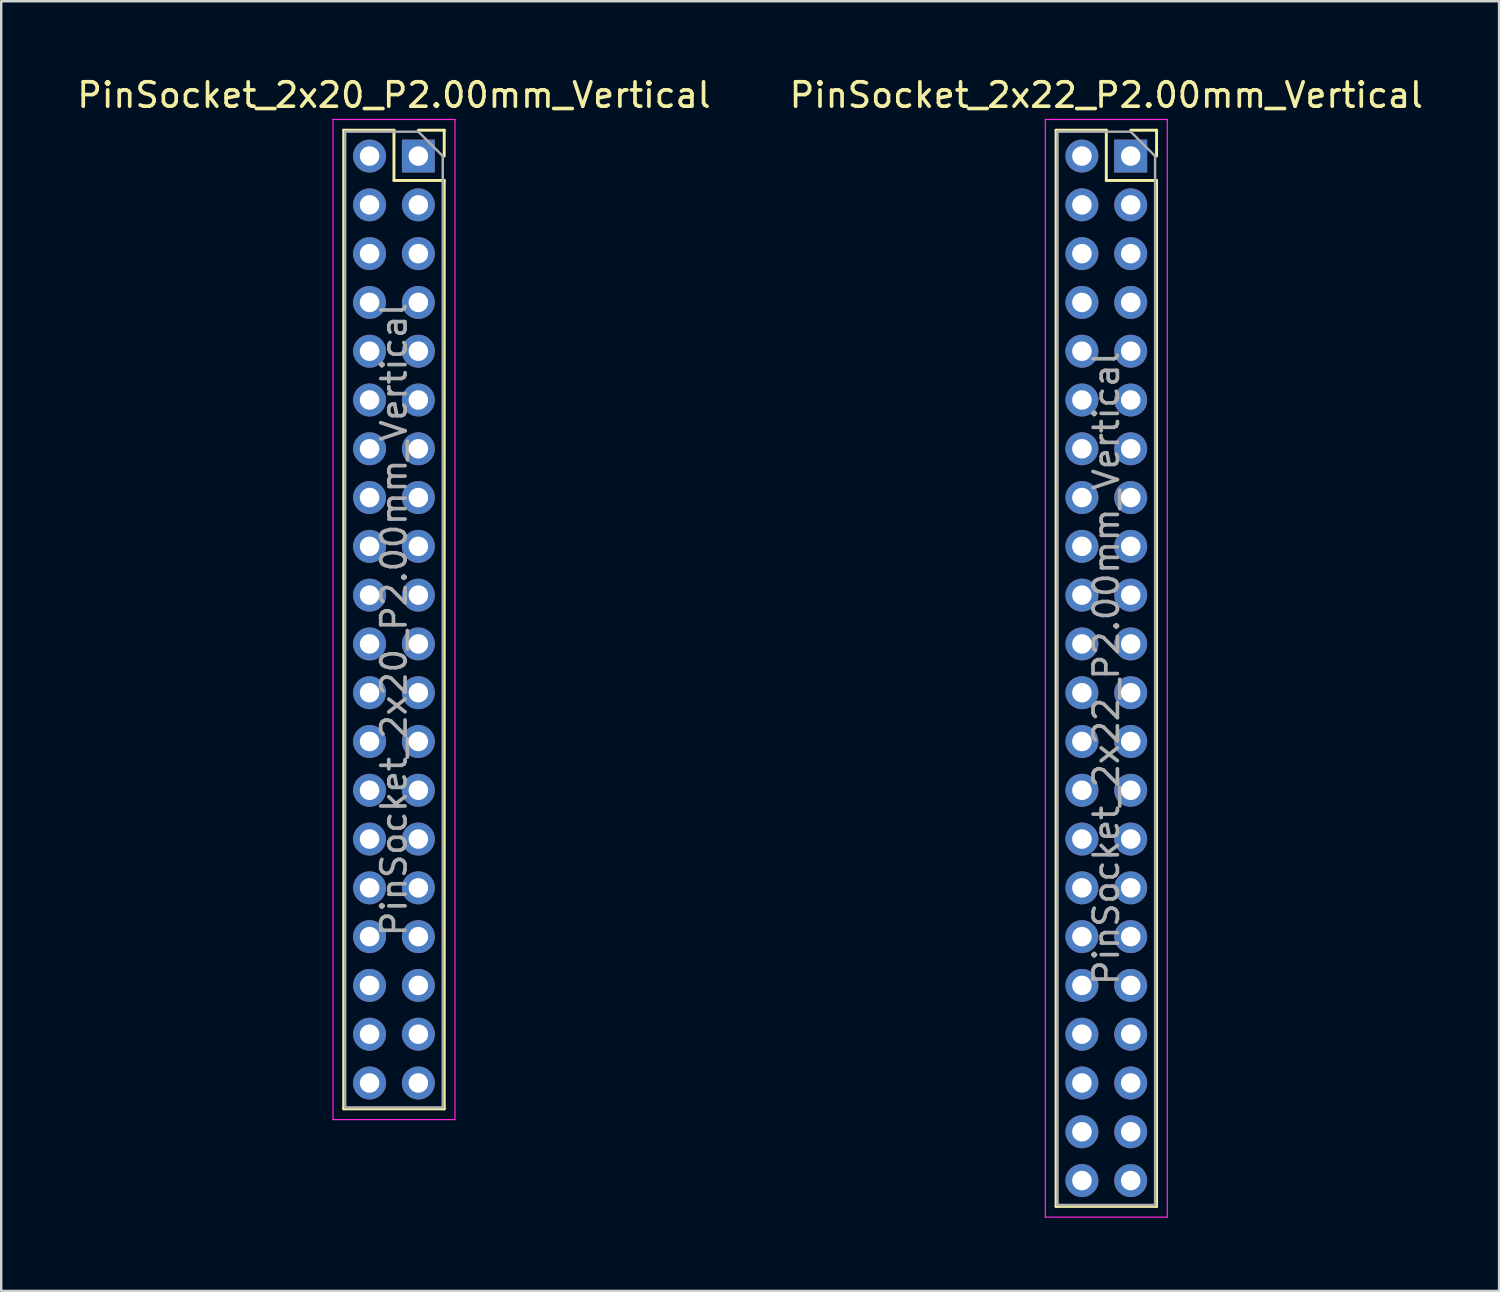
<source format=kicad_pcb>
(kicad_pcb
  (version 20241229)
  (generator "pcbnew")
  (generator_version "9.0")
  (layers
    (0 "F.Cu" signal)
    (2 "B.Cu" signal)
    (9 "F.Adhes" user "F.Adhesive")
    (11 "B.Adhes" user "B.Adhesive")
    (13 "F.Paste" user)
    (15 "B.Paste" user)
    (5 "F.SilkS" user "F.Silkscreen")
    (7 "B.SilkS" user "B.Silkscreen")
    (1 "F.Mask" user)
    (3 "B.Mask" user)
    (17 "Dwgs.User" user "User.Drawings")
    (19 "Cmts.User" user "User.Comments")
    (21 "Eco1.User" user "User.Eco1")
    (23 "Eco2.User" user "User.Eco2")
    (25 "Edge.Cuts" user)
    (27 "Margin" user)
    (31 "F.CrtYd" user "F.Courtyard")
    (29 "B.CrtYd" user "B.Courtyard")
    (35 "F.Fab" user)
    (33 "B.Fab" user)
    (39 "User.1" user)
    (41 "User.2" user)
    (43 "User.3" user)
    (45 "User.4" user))
  (footprint "PinSocket_2x22_P2.00mm_Vertical"
    (layer "F.Cu")
    (at 43.304 3.348)
    (property "Reference" "PinSocket_2x22_P2.00mm_Vertical" (at -1 -2.5 0) (layer "F.SilkS") (effects (font (size 1 1) (thickness 0.15))))
    (attr through_hole)
    (fp_line (start -3.06 -1.06) (end -3.06 43.06) (stroke (width 0.12) (type solid)) (layer "F.SilkS"))
    (fp_line (start -3.06 -1.06) (end -1 -1.06) (stroke (width 0.12) (type solid)) (layer "F.SilkS"))
    (fp_line (start -3.06 43.06) (end 1.06 43.06) (stroke (width 0.12) (type solid)) (layer "F.SilkS"))
    (fp_line (start -1 -1.06) (end -1 1) (stroke (width 0.12) (type solid)) (layer "F.SilkS"))
    (fp_line (start -1 1) (end 1.06 1) (stroke (width 0.12) (type solid)) (layer "F.SilkS"))
    (fp_line (start 0 -1.06) (end 1.06 -1.06) (stroke (width 0.12) (type solid)) (layer "F.SilkS"))
    (fp_line (start 1.06 -1.06) (end 1.06 0) (stroke (width 0.12) (type solid)) (layer "F.SilkS"))
    (fp_line (start 1.06 1) (end 1.06 43.06) (stroke (width 0.12) (type solid)) (layer "F.SilkS"))
    (fp_line (start -3.5 -1.5) (end 1.5 -1.5) (stroke (width 0.05) (type solid)) (layer "F.CrtYd"))
    (fp_line (start -3.5 43.5) (end -3.5 -1.5) (stroke (width 0.05) (type solid)) (layer "F.CrtYd"))
    (fp_line (start 1.5 -1.5) (end 1.5 43.5) (stroke (width 0.05) (type solid)) (layer "F.CrtYd"))
    (fp_line (start 1.5 43.5) (end -3.5 43.5) (stroke (width 0.05) (type solid)) (layer "F.CrtYd"))
    (fp_line (start -3 -1) (end 0 -1) (stroke (width 0.1) (type solid)) (layer "F.Fab"))
    (fp_line (start -3 43) (end -3 -1) (stroke (width 0.1) (type solid)) (layer "F.Fab"))
    (fp_line (start 0 -1) (end 1 0) (stroke (width 0.1) (type solid)) (layer "F.Fab"))
    (fp_line (start 1 0) (end 1 43) (stroke (width 0.1) (type solid)) (layer "F.Fab"))
    (fp_line (start 1 43) (end -3 43) (stroke (width 0.1) (type solid)) (layer "F.Fab"))
    (fp_text user "${REFERENCE}" (at -1 21 90) (layer "F.Fab") (effects (font (size 1 1) (thickness 0.15))))
    (pad "1" thru_hole rect (at 0 0) (size 1.35 1.35) (drill 0.8) (layers "*.Cu" "*.Mask"))
    (pad "2" thru_hole oval (at -2 0) (size 1.35 1.35) (drill 0.8) (layers "*.Cu" "*.Mask"))
    (pad "3" thru_hole oval (at 0 2) (size 1.35 1.35) (drill 0.8) (layers "*.Cu" "*.Mask"))
    (pad "4" thru_hole oval (at -2 2) (size 1.35 1.35) (drill 0.8) (layers "*.Cu" "*.Mask"))
    (pad "5" thru_hole oval (at 0 4) (size 1.35 1.35) (drill 0.8) (layers "*.Cu" "*.Mask"))
    (pad "6" thru_hole oval (at -2 4) (size 1.35 1.35) (drill 0.8) (layers "*.Cu" "*.Mask"))
    (pad "7" thru_hole oval (at 0 6) (size 1.35 1.35) (drill 0.8) (layers "*.Cu" "*.Mask"))
    (pad "8" thru_hole oval (at -2 6) (size 1.35 1.35) (drill 0.8) (layers "*.Cu" "*.Mask"))
    (pad "9" thru_hole oval (at 0 8) (size 1.35 1.35) (drill 0.8) (layers "*.Cu" "*.Mask"))
    (pad "10" thru_hole oval (at -2 8) (size 1.35 1.35) (drill 0.8) (layers "*.Cu" "*.Mask"))
    (pad "11" thru_hole oval (at 0 10) (size 1.35 1.35) (drill 0.8) (layers "*.Cu" "*.Mask"))
    (pad "12" thru_hole oval (at -2 10) (size 1.35 1.35) (drill 0.8) (layers "*.Cu" "*.Mask"))
    (pad "13" thru_hole oval (at 0 12) (size 1.35 1.35) (drill 0.8) (layers "*.Cu" "*.Mask"))
    (pad "14" thru_hole oval (at -2 12) (size 1.35 1.35) (drill 0.8) (layers "*.Cu" "*.Mask"))
    (pad "15" thru_hole oval (at 0 14) (size 1.35 1.35) (drill 0.8) (layers "*.Cu" "*.Mask"))
    (pad "16" thru_hole oval (at -2 14) (size 1.35 1.35) (drill 0.8) (layers "*.Cu" "*.Mask"))
    (pad "17" thru_hole oval (at 0 16) (size 1.35 1.35) (drill 0.8) (layers "*.Cu" "*.Mask"))
    (pad "18" thru_hole oval (at -2 16) (size 1.35 1.35) (drill 0.8) (layers "*.Cu" "*.Mask"))
    (pad "19" thru_hole oval (at 0 18) (size 1.35 1.35) (drill 0.8) (layers "*.Cu" "*.Mask"))
    (pad "20" thru_hole oval (at -2 18) (size 1.35 1.35) (drill 0.8) (layers "*.Cu" "*.Mask"))
    (pad "21" thru_hole oval (at 0 20) (size 1.35 1.35) (drill 0.8) (layers "*.Cu" "*.Mask"))
    (pad "22" thru_hole oval (at -2 20) (size 1.35 1.35) (drill 0.8) (layers "*.Cu" "*.Mask"))
    (pad "23" thru_hole oval (at 0 22) (size 1.35 1.35) (drill 0.8) (layers "*.Cu" "*.Mask"))
    (pad "24" thru_hole oval (at -2 22) (size 1.35 1.35) (drill 0.8) (layers "*.Cu" "*.Mask"))
    (pad "25" thru_hole oval (at 0 24) (size 1.35 1.35) (drill 0.8) (layers "*.Cu" "*.Mask"))
    (pad "26" thru_hole oval (at -2 24) (size 1.35 1.35) (drill 0.8) (layers "*.Cu" "*.Mask"))
    (pad "27" thru_hole oval (at 0 26) (size 1.35 1.35) (drill 0.8) (layers "*.Cu" "*.Mask"))
    (pad "28" thru_hole oval (at -2 26) (size 1.35 1.35) (drill 0.8) (layers "*.Cu" "*.Mask"))
    (pad "29" thru_hole oval (at 0 28) (size 1.35 1.35) (drill 0.8) (layers "*.Cu" "*.Mask"))
    (pad "30" thru_hole oval (at -2 28) (size 1.35 1.35) (drill 0.8) (layers "*.Cu" "*.Mask"))
    (pad "31" thru_hole oval (at 0 30) (size 1.35 1.35) (drill 0.8) (layers "*.Cu" "*.Mask"))
    (pad "32" thru_hole oval (at -2 30) (size 1.35 1.35) (drill 0.8) (layers "*.Cu" "*.Mask"))
    (pad "33" thru_hole oval (at 0 32) (size 1.35 1.35) (drill 0.8) (layers "*.Cu" "*.Mask"))
    (pad "34" thru_hole oval (at -2 32) (size 1.35 1.35) (drill 0.8) (layers "*.Cu" "*.Mask"))
    (pad "35" thru_hole oval (at 0 34) (size 1.35 1.35) (drill 0.8) (layers "*.Cu" "*.Mask"))
    (pad "36" thru_hole oval (at -2 34) (size 1.35 1.35) (drill 0.8) (layers "*.Cu" "*.Mask"))
    (pad "37" thru_hole oval (at 0 36) (size 1.35 1.35) (drill 0.8) (layers "*.Cu" "*.Mask"))
    (pad "38" thru_hole oval (at -2 36) (size 1.35 1.35) (drill 0.8) (layers "*.Cu" "*.Mask"))
    (pad "39" thru_hole oval (at 0 38) (size 1.35 1.35) (drill 0.8) (layers "*.Cu" "*.Mask"))
    (pad "40" thru_hole oval (at -2 38) (size 1.35 1.35) (drill 0.8) (layers "*.Cu" "*.Mask"))
    (pad "41" thru_hole oval (at 0 40) (size 1.35 1.35) (drill 0.8) (layers "*.Cu" "*.Mask"))
    (pad "42" thru_hole oval (at -2 40) (size 1.35 1.35) (drill 0.8) (layers "*.Cu" "*.Mask"))
    (pad "43" thru_hole oval (at 0 42) (size 1.35 1.35) (drill 0.8) (layers "*.Cu" "*.Mask"))
    (pad "44" thru_hole oval (at -2 42) (size 1.35 1.35) (drill 0.8) (layers "*.Cu" "*.Mask")))
  (footprint "PinSocket_2x20_P2.00mm_Vertical"
    (layer "F.Cu")
    (at 14.101 3.348)
    (property "Reference" "PinSocket_2x20_P2.00mm_Vertical" (at -1 -2.5 0) (layer "F.SilkS") (effects (font (size 1 1) (thickness 0.15))))
    (attr through_hole)
    (fp_line (start -3.06 -1.06) (end -3.06 39.06) (stroke (width 0.12) (type solid)) (layer "F.SilkS"))
    (fp_line (start -3.06 -1.06) (end -1 -1.06) (stroke (width 0.12) (type solid)) (layer "F.SilkS"))
    (fp_line (start -3.06 39.06) (end 1.06 39.06) (stroke (width 0.12) (type solid)) (layer "F.SilkS"))
    (fp_line (start -1 -1.06) (end -1 1) (stroke (width 0.12) (type solid)) (layer "F.SilkS"))
    (fp_line (start -1 1) (end 1.06 1) (stroke (width 0.12) (type solid)) (layer "F.SilkS"))
    (fp_line (start 0 -1.06) (end 1.06 -1.06) (stroke (width 0.12) (type solid)) (layer "F.SilkS"))
    (fp_line (start 1.06 -1.06) (end 1.06 0) (stroke (width 0.12) (type solid)) (layer "F.SilkS"))
    (fp_line (start 1.06 1) (end 1.06 39.06) (stroke (width 0.12) (type solid)) (layer "F.SilkS"))
    (fp_line (start -3.5 -1.5) (end 1.5 -1.5) (stroke (width 0.05) (type solid)) (layer "F.CrtYd"))
    (fp_line (start -3.5 39.5) (end -3.5 -1.5) (stroke (width 0.05) (type solid)) (layer "F.CrtYd"))
    (fp_line (start 1.5 -1.5) (end 1.5 39.5) (stroke (width 0.05) (type solid)) (layer "F.CrtYd"))
    (fp_line (start 1.5 39.5) (end -3.5 39.5) (stroke (width 0.05) (type solid)) (layer "F.CrtYd"))
    (fp_line (start -3 -1) (end 0 -1) (stroke (width 0.1) (type solid)) (layer "F.Fab"))
    (fp_line (start -3 39) (end -3 -1) (stroke (width 0.1) (type solid)) (layer "F.Fab"))
    (fp_line (start 0 -1) (end 1 0) (stroke (width 0.1) (type solid)) (layer "F.Fab"))
    (fp_line (start 1 0) (end 1 39) (stroke (width 0.1) (type solid)) (layer "F.Fab"))
    (fp_line (start 1 39) (end -3 39) (stroke (width 0.1) (type solid)) (layer "F.Fab"))
    (fp_text user "${REFERENCE}" (at -1 19 90) (layer "F.Fab") (effects (font (size 1 1) (thickness 0.15))))
    (pad "1" thru_hole rect (at 0 0) (size 1.35 1.35) (drill 0.8) (layers "*.Cu" "*.Mask"))
    (pad "2" thru_hole oval (at -2 0) (size 1.35 1.35) (drill 0.8) (layers "*.Cu" "*.Mask"))
    (pad "3" thru_hole oval (at 0 2) (size 1.35 1.35) (drill 0.8) (layers "*.Cu" "*.Mask"))
    (pad "4" thru_hole oval (at -2 2) (size 1.35 1.35) (drill 0.8) (layers "*.Cu" "*.Mask"))
    (pad "5" thru_hole oval (at 0 4) (size 1.35 1.35) (drill 0.8) (layers "*.Cu" "*.Mask"))
    (pad "6" thru_hole oval (at -2 4) (size 1.35 1.35) (drill 0.8) (layers "*.Cu" "*.Mask"))
    (pad "7" thru_hole oval (at 0 6) (size 1.35 1.35) (drill 0.8) (layers "*.Cu" "*.Mask"))
    (pad "8" thru_hole oval (at -2 6) (size 1.35 1.35) (drill 0.8) (layers "*.Cu" "*.Mask"))
    (pad "9" thru_hole oval (at 0 8) (size 1.35 1.35) (drill 0.8) (layers "*.Cu" "*.Mask"))
    (pad "10" thru_hole oval (at -2 8) (size 1.35 1.35) (drill 0.8) (layers "*.Cu" "*.Mask"))
    (pad "11" thru_hole oval (at 0 10) (size 1.35 1.35) (drill 0.8) (layers "*.Cu" "*.Mask"))
    (pad "12" thru_hole oval (at -2 10) (size 1.35 1.35) (drill 0.8) (layers "*.Cu" "*.Mask"))
    (pad "13" thru_hole oval (at 0 12) (size 1.35 1.35) (drill 0.8) (layers "*.Cu" "*.Mask"))
    (pad "14" thru_hole oval (at -2 12) (size 1.35 1.35) (drill 0.8) (layers "*.Cu" "*.Mask"))
    (pad "15" thru_hole oval (at 0 14) (size 1.35 1.35) (drill 0.8) (layers "*.Cu" "*.Mask"))
    (pad "16" thru_hole oval (at -2 14) (size 1.35 1.35) (drill 0.8) (layers "*.Cu" "*.Mask"))
    (pad "17" thru_hole oval (at 0 16) (size 1.35 1.35) (drill 0.8) (layers "*.Cu" "*.Mask"))
    (pad "18" thru_hole oval (at -2 16) (size 1.35 1.35) (drill 0.8) (layers "*.Cu" "*.Mask"))
    (pad "19" thru_hole oval (at 0 18) (size 1.35 1.35) (drill 0.8) (layers "*.Cu" "*.Mask"))
    (pad "20" thru_hole oval (at -2 18) (size 1.35 1.35) (drill 0.8) (layers "*.Cu" "*.Mask"))
    (pad "21" thru_hole oval (at 0 20) (size 1.35 1.35) (drill 0.8) (layers "*.Cu" "*.Mask"))
    (pad "22" thru_hole oval (at -2 20) (size 1.35 1.35) (drill 0.8) (layers "*.Cu" "*.Mask"))
    (pad "23" thru_hole oval (at 0 22) (size 1.35 1.35) (drill 0.8) (layers "*.Cu" "*.Mask"))
    (pad "24" thru_hole oval (at -2 22) (size 1.35 1.35) (drill 0.8) (layers "*.Cu" "*.Mask"))
    (pad "25" thru_hole oval (at 0 24) (size 1.35 1.35) (drill 0.8) (layers "*.Cu" "*.Mask"))
    (pad "26" thru_hole oval (at -2 24) (size 1.35 1.35) (drill 0.8) (layers "*.Cu" "*.Mask"))
    (pad "27" thru_hole oval (at 0 26) (size 1.35 1.35) (drill 0.8) (layers "*.Cu" "*.Mask"))
    (pad "28" thru_hole oval (at -2 26) (size 1.35 1.35) (drill 0.8) (layers "*.Cu" "*.Mask"))
    (pad "29" thru_hole oval (at 0 28) (size 1.35 1.35) (drill 0.8) (layers "*.Cu" "*.Mask"))
    (pad "30" thru_hole oval (at -2 28) (size 1.35 1.35) (drill 0.8) (layers "*.Cu" "*.Mask"))
    (pad "31" thru_hole oval (at 0 30) (size 1.35 1.35) (drill 0.8) (layers "*.Cu" "*.Mask"))
    (pad "32" thru_hole oval (at -2 30) (size 1.35 1.35) (drill 0.8) (layers "*.Cu" "*.Mask"))
    (pad "33" thru_hole oval (at 0 32) (size 1.35 1.35) (drill 0.8) (layers "*.Cu" "*.Mask"))
    (pad "34" thru_hole oval (at -2 32) (size 1.35 1.35) (drill 0.8) (layers "*.Cu" "*.Mask"))
    (pad "35" thru_hole oval (at 0 34) (size 1.35 1.35) (drill 0.8) (layers "*.Cu" "*.Mask"))
    (pad "36" thru_hole oval (at -2 34) (size 1.35 1.35) (drill 0.8) (layers "*.Cu" "*.Mask"))
    (pad "37" thru_hole oval (at 0 36) (size 1.35 1.35) (drill 0.8) (layers "*.Cu" "*.Mask"))
    (pad "38" thru_hole oval (at -2 36) (size 1.35 1.35) (drill 0.8) (layers "*.Cu" "*.Mask"))
    (pad "39" thru_hole oval (at 0 38) (size 1.35 1.35) (drill 0.8) (layers "*.Cu" "*.Mask"))
    (pad "40" thru_hole oval (at -2 38) (size 1.35 1.35) (drill 0.8) (layers "*.Cu" "*.Mask")))
  (gr_rect
    (start -3 -3)
    (end 58.405 49.873)
    (stroke (width 0.1) (type default))
    (fill no)
    (layer "Edge.Cuts")))
</source>
